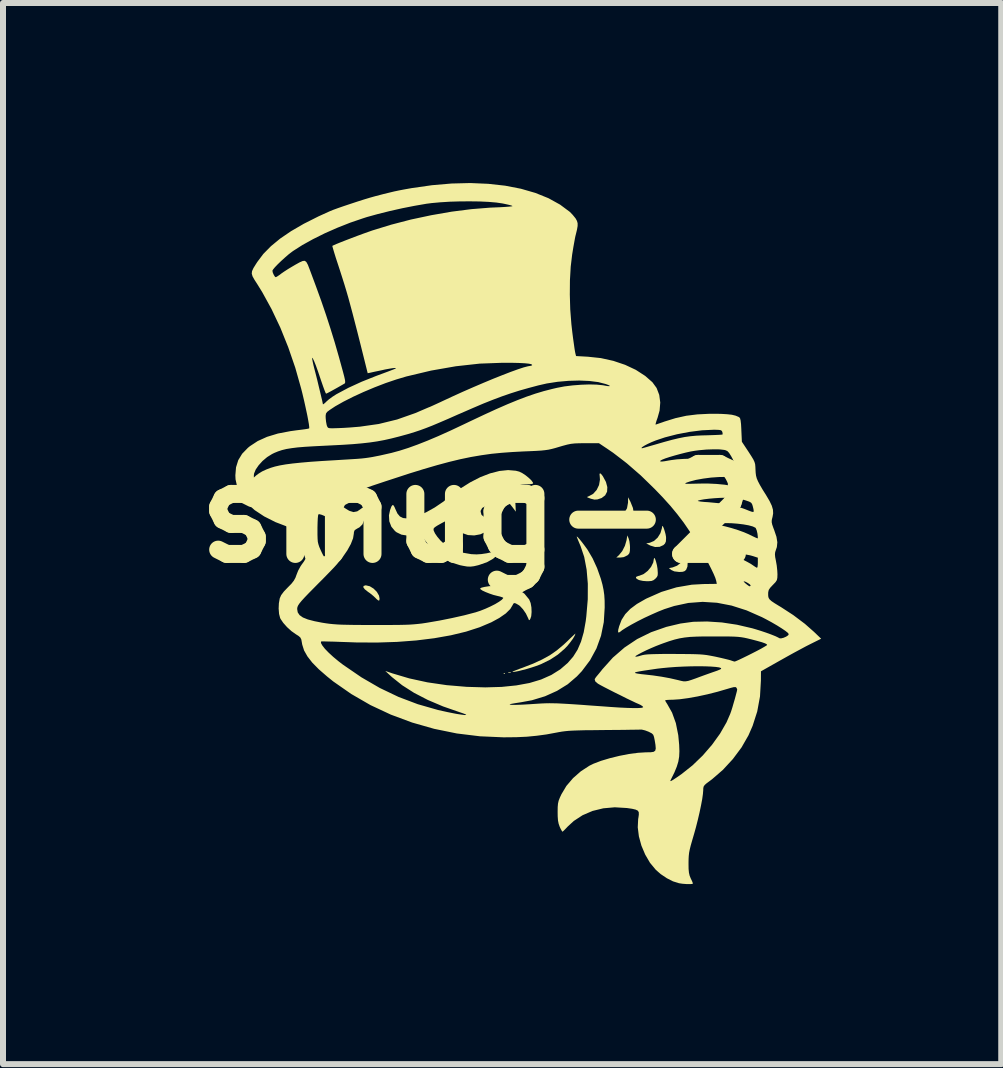
<source format=kicad_pcb>
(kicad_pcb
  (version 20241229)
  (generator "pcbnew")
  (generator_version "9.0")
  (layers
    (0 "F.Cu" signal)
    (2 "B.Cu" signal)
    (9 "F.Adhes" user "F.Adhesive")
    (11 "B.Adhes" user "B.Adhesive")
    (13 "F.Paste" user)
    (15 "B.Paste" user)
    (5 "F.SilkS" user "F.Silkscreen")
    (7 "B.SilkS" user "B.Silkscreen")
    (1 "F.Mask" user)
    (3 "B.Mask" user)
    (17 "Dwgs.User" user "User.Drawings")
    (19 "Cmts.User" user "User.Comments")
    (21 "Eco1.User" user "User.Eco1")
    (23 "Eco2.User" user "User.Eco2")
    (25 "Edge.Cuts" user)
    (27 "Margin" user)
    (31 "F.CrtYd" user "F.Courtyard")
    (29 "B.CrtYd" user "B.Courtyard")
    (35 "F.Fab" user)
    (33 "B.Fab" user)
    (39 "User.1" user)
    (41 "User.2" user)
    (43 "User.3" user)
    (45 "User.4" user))
  (footprint "smug-2"
    (layer "F.Cu")
    (at 4.907 5.502)
    (property "Reference" "smug-2" (at 0 0 0) (layer "F.SilkS") (effects (font (size 1.5 1.5) (thickness 0.3))))
    (attr board_only exclude_from_pos_files exclude_from_bom)
    (fp_poly (pts (xy 0.458 2.668) (xy 0.456 2.678) (xy 0.447 2.679) (xy 0.432 2.673) (xy 0.435 2.668) (xy 0.455 2.666)) (stroke (width 0) (type solid)) (fill yes) (layer "F.SilkS"))
    (fp_poly (pts (xy 0.554 2.651) (xy 0.556 2.657) (xy 0.532 2.659) (xy 0.508 2.657) (xy 0.511 2.651) (xy 0.546 2.648)) (stroke (width 0) (type solid)) (fill yes) (layer "F.SilkS"))
    (fp_poly (pts (xy -1.795 1.217) (xy -1.732 1.256) (xy -1.678 1.31) (xy -1.642 1.372) (xy -1.632 1.421) (xy -1.636 1.452) (xy -1.652 1.455) (xy -1.683 1.43) (xy -1.7 1.412) (xy -1.74 1.375) (xy -1.793 1.332) (xy -1.825 1.31) (xy -1.878 1.268) (xy -1.903 1.234) (xy -1.899 1.212) (xy -1.866 1.202) (xy -1.859 1.202)) (stroke (width 0) (type solid)) (fill yes) (layer "F.SilkS"))
    (fp_poly (pts (xy 2.518 0.421) (xy 2.531 0.468) (xy 2.539 0.531) (xy 2.541 0.57) (xy 2.539 0.628) (xy 2.531 0.665) (xy 2.511 0.691) (xy 2.496 0.703) (xy 2.434 0.732) (xy 2.382 0.738) (xy 2.313 0.738) (xy 2.357 0.698) (xy 2.412 0.63) (xy 2.456 0.543) (xy 2.483 0.45) (xy 2.484 0.444) (xy 2.496 0.369)) (stroke (width 0) (type solid)) (fill yes) (layer "F.SilkS"))
    (fp_poly (pts (xy 3.484 0.744) (xy 3.502 0.818) (xy 3.498 0.889) (xy 3.477 0.941) (xy 3.453 0.964) (xy 3.419 0.976) (xy 3.362 0.979) (xy 3.361 0.979) (xy 3.279 0.969) (xy 3.231 0.947) (xy 3.189 0.915) (xy 3.251 0.903) (xy 3.326 0.874) (xy 3.393 0.821) (xy 3.439 0.755) (xy 3.442 0.749) (xy 3.465 0.696)) (stroke (width 0) (type solid)) (fill yes) (layer "F.SilkS"))
    (fp_poly (pts (xy 2.549 -0.189) (xy 2.59 -0.087) (xy 2.603 0.001) (xy 2.59 0.073) (xy 2.552 0.125) (xy 2.491 0.156) (xy 2.409 0.162) (xy 2.331 0.148) (xy 2.273 0.13) (xy 2.241 0.115) (xy 2.238 0.106) (xy 2.261 0.103) (xy 2.294 0.094) (xy 2.342 0.071) (xy 2.376 0.051) (xy 2.448 -0.009) (xy 2.491 -0.083) (xy 2.508 -0.177) (xy 2.508 -0.193) (xy 2.509 -0.266)) (stroke (width 0) (type solid)) (fill yes) (layer "F.SilkS"))
    (fp_poly (pts (xy 3.092 0.224) (xy 3.106 0.257) (xy 3.12 0.301) (xy 3.133 0.348) (xy 3.141 0.393) (xy 3.142 0.415) (xy 3.139 0.47) (xy 3.124 0.505) (xy 3.098 0.531) (xy 3.034 0.56) (xy 2.959 0.563) (xy 2.88 0.539) (xy 2.87 0.534) (xy 2.811 0.503) (xy 2.871 0.492) (xy 2.941 0.462) (xy 3.002 0.406) (xy 3.048 0.332) (xy 3.073 0.247) (xy 3.075 0.223) (xy 3.081 0.211)) (stroke (width 0) (type solid)) (fill yes) (layer "F.SilkS"))
    (fp_poly (pts (xy 2.063 -0.65) (xy 2.09 -0.614) (xy 2.14 -0.521) (xy 2.163 -0.435) (xy 2.159 -0.359) (xy 2.127 -0.298) (xy 2.069 -0.254) (xy 2.058 -0.25) (xy 1.998 -0.23) (xy 1.948 -0.227) (xy 1.891 -0.241) (xy 1.872 -0.248) (xy 1.834 -0.262) (xy 1.826 -0.271) (xy 1.845 -0.28) (xy 1.852 -0.282) (xy 1.927 -0.323) (xy 1.986 -0.389) (xy 2.025 -0.47) (xy 2.04 -0.56) (xy 2.037 -0.605) (xy 2.033 -0.652) (xy 2.041 -0.667)) (stroke (width 0) (type solid)) (fill yes) (layer "F.SilkS"))
    (fp_poly (pts (xy 2.951 0.749) (xy 2.964 0.775) (xy 2.977 0.816) (xy 2.99 0.868) (xy 2.999 0.923) (xy 3 0.935) (xy 3.004 0.996) (xy 3.002 1.034) (xy 2.99 1.062) (xy 2.966 1.089) (xy 2.966 1.089) (xy 2.934 1.115) (xy 2.898 1.129) (xy 2.845 1.133) (xy 2.822 1.133) (xy 2.757 1.128) (xy 2.7 1.116) (xy 2.674 1.106) (xy 2.641 1.082) (xy 2.641 1.062) (xy 2.674 1.047) (xy 2.699 1.041) (xy 2.77 1.012) (xy 2.837 0.96) (xy 2.892 0.894) (xy 2.928 0.821) (xy 2.937 0.769) (xy 2.942 0.745)) (stroke (width 0) (type solid)) (fill yes) (layer "F.SilkS"))
    (fp_poly (pts (xy 1.62 2.039) (xy 1.591 2.089) (xy 1.548 2.148) (xy 1.499 2.209) (xy 1.452 2.258) (xy 1.337 2.357) (xy 1.21 2.44) (xy 1.062 2.513) (xy 1.027 2.527) (xy 0.967 2.549) (xy 0.897 2.572) (xy 0.821 2.595) (xy 0.747 2.614) (xy 0.68 2.631) (xy 0.626 2.641) (xy 0.592 2.645) (xy 0.583 2.641) (xy 0.585 2.638) (xy 0.604 2.63) (xy 0.647 2.613) (xy 0.707 2.59) (xy 0.747 2.576) (xy 0.925 2.507) (xy 1.075 2.438) (xy 1.206 2.366) (xy 1.322 2.285) (xy 1.432 2.193) (xy 1.49 2.139) (xy 1.545 2.085) (xy 1.591 2.042) (xy 1.621 2.014) (xy 1.632 2.005)) (stroke (width 0) (type solid)) (fill yes) (layer "F.SilkS"))
    (fp_poly (pts (xy 0.638 -0.708) (xy 0.696 -0.693) (xy 0.745 -0.669) (xy 0.8 -0.633) (xy 0.853 -0.59) (xy 0.897 -0.548) (xy 0.923 -0.512) (xy 0.927 -0.498) (xy 0.912 -0.489) (xy 0.869 -0.483) (xy 0.819 -0.481) (xy 0.745 -0.476) (xy 0.672 -0.465) (xy 0.632 -0.454) (xy 0.554 -0.427) (xy 0.589 -0.355) (xy 0.618 -0.27) (xy 0.632 -0.156) (xy 0.632 -0.155) (xy 0.638 -0.026) (xy 0.581 -0.103) (xy 0.524 -0.174) (xy 0.473 -0.224) (xy 0.416 -0.262) (xy 0.407 -0.268) (xy 0.354 -0.289) (xy 0.32 -0.283) (xy 0.304 -0.248) (xy 0.301 -0.206) (xy 0.301 -0.129) (xy 0.211 -0.127) (xy 0.132 -0.116) (xy 0.078 -0.088) (xy 0.053 -0.043) (xy 0.052 -0.024) (xy 0.066 0.026) (xy 0.102 0.057) (xy 0.152 0.067) (xy 0.205 0.052) (xy 0.215 0.045) (xy 0.26 0.021) (xy 0.288 0.01) (xy 0.316 0.008) (xy 0.326 0.029) (xy 0.316 0.074) (xy 0.286 0.146) (xy 0.284 0.149) (xy 0.225 0.238) (xy 0.145 0.306) (xy 0.049 0.351) (xy -0.054 0.37) (xy -0.159 0.364) (xy -0.259 0.329) (xy -0.299 0.304) (xy -0.367 0.247) (xy -0.417 0.188) (xy -0.44 0.142) (xy -0.454 0.112) (xy -0.468 0.103) (xy -0.49 0.111) (xy -0.534 0.132) (xy -0.591 0.162) (xy -0.613 0.174) (xy -0.675 0.209) (xy -0.712 0.234) (xy -0.73 0.253) (xy -0.733 0.273) (xy -0.73 0.29) (xy -0.708 0.337) (xy -0.668 0.395) (xy -0.616 0.456) (xy -0.561 0.508) (xy -0.544 0.522) (xy -0.414 0.599) (xy -0.265 0.654) (xy -0.104 0.682) (xy -0.017 0.686) (xy 0.063 0.681) (xy 0.156 0.667) (xy 0.248 0.646) (xy 0.328 0.622) (xy 0.375 0.602) (xy 0.411 0.587) (xy 0.422 0.593) (xy 0.407 0.62) (xy 0.367 0.665) (xy 0.35 0.682) (xy 0.259 0.759) (xy 0.156 0.817) (xy 0.032 0.86) (xy 0.009 0.867) (xy -0.06 0.883) (xy -0.117 0.89) (xy -0.174 0.888) (xy -0.243 0.876) (xy -0.292 0.866) (xy -0.444 0.818) (xy -0.587 0.742) (xy -0.712 0.645) (xy -0.721 0.635) (xy -0.775 0.578) (xy -0.829 0.513) (xy -0.878 0.448) (xy -0.914 0.393) (xy -0.931 0.36) (xy -0.949 0.355) (xy -0.992 0.356) (xy -1.051 0.363) (xy -1.056 0.364) (xy -1.172 0.372) (xy -1.267 0.357) (xy -1.348 0.318) (xy -1.375 0.297) (xy -1.436 0.224) (xy -1.47 0.135) (xy -1.476 0.035) (xy -1.457 -0.053) (xy -1.435 -0.112) (xy -1.416 -0.137) (xy -1.398 -0.13) (xy -1.378 -0.092) (xy -1.372 -0.076) (xy -1.335 0.004) (xy -1.293 0.054) (xy -1.241 0.08) (xy -1.184 0.086) (xy -1.088 0.073) (xy -0.974 0.037) (xy -0.848 -0.02) (xy -0.714 -0.095) (xy -0.578 -0.187) (xy -0.455 -0.282) (xy -0.29 -0.409) (xy -0.121 -0.515) (xy 0.046 -0.601) (xy 0.209 -0.664) (xy 0.365 -0.704) (xy 0.509 -0.719)) (stroke (width 0) (type solid)) (fill yes) (layer "F.SilkS"))
    (fp_poly (pts (xy 0.179 -5.489) (xy 0.46 -5.458) (xy 0.723 -5.407) (xy 0.965 -5.337) (xy 1.183 -5.249) (xy 1.376 -5.142) (xy 1.54 -5.02) (xy 1.586 -4.972) (xy 1.63 -4.918) (xy 1.637 -4.908) (xy 1.657 -4.871) (xy 1.668 -4.833) (xy 1.668 -4.786) (xy 1.657 -4.723) (xy 1.636 -4.636) (xy 1.632 -4.622) (xy 1.624 -4.583) (xy 1.612 -4.517) (xy 1.597 -4.434) (xy 1.582 -4.341) (xy 1.577 -4.311) (xy 1.553 -4.109) (xy 1.54 -3.884) (xy 1.538 -3.644) (xy 1.545 -3.397) (xy 1.564 -3.152) (xy 1.579 -3.019) (xy 1.592 -2.917) (xy 1.605 -2.824) (xy 1.616 -2.746) (xy 1.625 -2.691) (xy 1.63 -2.667) (xy 1.642 -2.619) (xy 1.839 -2.608) (xy 2.055 -2.585) (xy 2.263 -2.539) (xy 2.459 -2.473) (xy 2.638 -2.389) (xy 2.794 -2.288) (xy 2.914 -2.183) (xy 2.984 -2.087) (xy 3.028 -1.972) (xy 3.045 -1.845) (xy 3.034 -1.711) (xy 3.001 -1.593) (xy 2.981 -1.537) (xy 2.969 -1.495) (xy 2.966 -1.477) (xy 2.966 -1.477) (xy 2.985 -1.482) (xy 3.028 -1.497) (xy 3.087 -1.517) (xy 3.114 -1.527) (xy 3.298 -1.584) (xy 3.478 -1.624) (xy 3.663 -1.647) (xy 3.867 -1.657) (xy 3.916 -1.657) (xy 4.051 -1.656) (xy 4.156 -1.65) (xy 4.238 -1.641) (xy 4.3 -1.626) (xy 4.348 -1.606) (xy 4.362 -1.598) (xy 4.375 -1.581) (xy 4.384 -1.545) (xy 4.391 -1.485) (xy 4.396 -1.397) (xy 4.396 -1.386) (xy 4.405 -1.191) (xy 4.517 -1.022) (xy 4.564 -0.949) (xy 4.596 -0.896) (xy 4.615 -0.855) (xy 4.626 -0.817) (xy 4.63 -0.773) (xy 4.632 -0.727) (xy 4.635 -0.673) (xy 4.641 -0.626) (xy 4.653 -0.58) (xy 4.674 -0.531) (xy 4.706 -0.47) (xy 4.751 -0.393) (xy 4.81 -0.299) (xy 4.867 -0.202) (xy 4.904 -0.124) (xy 4.923 -0.058) (xy 4.926 0.003) (xy 4.915 0.067) (xy 4.912 0.075) (xy 4.903 0.115) (xy 4.902 0.149) (xy 4.91 0.188) (xy 4.929 0.243) (xy 4.944 0.282) (xy 4.981 0.392) (xy 4.996 0.484) (xy 4.988 0.564) (xy 4.972 0.611) (xy 4.96 0.648) (xy 4.956 0.684) (xy 4.96 0.731) (xy 4.972 0.792) (xy 4.986 0.872) (xy 4.995 0.958) (xy 4.998 1.016) (xy 4.996 1.075) (xy 4.988 1.114) (xy 4.967 1.147) (xy 4.928 1.188) (xy 4.92 1.196) (xy 4.877 1.242) (xy 4.853 1.278) (xy 4.844 1.316) (xy 4.843 1.346) (xy 4.844 1.382) (xy 4.851 1.411) (xy 4.867 1.436) (xy 4.898 1.464) (xy 4.948 1.498) (xy 5.021 1.543) (xy 5.058 1.565) (xy 5.261 1.697) (xy 5.455 1.843) (xy 5.607 1.977) (xy 5.726 2.091) (xy 5.547 2.18) (xy 5.474 2.217) (xy 5.381 2.267) (xy 5.273 2.325) (xy 5.161 2.387) (xy 5.051 2.449) (xy 5.045 2.452) (xy 4.723 2.634) (xy 4.722 2.79) (xy 4.707 3.053) (xy 4.661 3.303) (xy 4.584 3.543) (xy 4.515 3.701) (xy 4.399 3.903) (xy 4.255 4.096) (xy 4.09 4.275) (xy 3.91 4.431) (xy 3.877 4.456) (xy 3.82 4.498) (xy 3.786 4.528) (xy 3.768 4.554) (xy 3.762 4.583) (xy 3.761 4.617) (xy 3.756 4.678) (xy 3.744 4.764) (xy 3.724 4.87) (xy 3.699 4.989) (xy 3.67 5.113) (xy 3.639 5.235) (xy 3.612 5.332) (xy 3.579 5.445) (xy 3.554 5.532) (xy 3.537 5.6) (xy 3.526 5.656) (xy 3.52 5.709) (xy 3.517 5.763) (xy 3.516 5.828) (xy 3.516 5.841) (xy 3.517 5.927) (xy 3.523 5.989) (xy 3.534 6.038) (xy 3.552 6.083) (xy 3.574 6.129) (xy 3.587 6.162) (xy 3.589 6.171) (xy 3.574 6.178) (xy 3.534 6.18) (xy 3.478 6.179) (xy 3.415 6.174) (xy 3.355 6.165) (xy 3.353 6.164) (xy 3.257 6.134) (xy 3.153 6.081) (xy 3.052 6.013) (xy 2.971 5.942) (xy 2.874 5.825) (xy 2.794 5.688) (xy 2.731 5.539) (xy 2.689 5.385) (xy 2.67 5.234) (xy 2.677 5.093) (xy 2.68 5.08) (xy 2.688 5.023) (xy 2.687 4.983) (xy 2.672 4.957) (xy 2.636 4.939) (xy 2.577 4.925) (xy 2.488 4.912) (xy 2.485 4.912) (xy 2.287 4.9) (xy 2.096 4.917) (xy 1.916 4.961) (xy 1.751 5.032) (xy 1.604 5.128) (xy 1.506 5.218) (xy 1.464 5.262) (xy 1.432 5.294) (xy 1.416 5.307) (xy 1.415 5.307) (xy 1.404 5.292) (xy 1.384 5.256) (xy 1.37 5.226) (xy 1.352 5.175) (xy 1.341 5.121) (xy 1.336 5.051) (xy 1.335 4.978) (xy 1.336 4.897) (xy 1.341 4.839) (xy 1.352 4.79) (xy 1.372 4.739) (xy 1.398 4.683) (xy 1.481 4.544) (xy 1.592 4.414) (xy 1.722 4.3) (xy 1.865 4.207) (xy 1.932 4.174) (xy 2.058 4.126) (xy 2.205 4.082) (xy 2.364 4.043) (xy 2.524 4.012) (xy 2.675 3.992) (xy 2.806 3.984) (xy 2.811 3.984) (xy 2.886 3.983) (xy 2.934 3.976) (xy 2.961 3.957) (xy 2.97 3.92) (xy 2.965 3.86) (xy 2.953 3.786) (xy 2.941 3.728) (xy 2.928 3.692) (xy 2.905 3.669) (xy 2.865 3.648) (xy 2.851 3.641) (xy 2.793 3.619) (xy 2.74 3.606) (xy 2.719 3.605) (xy 2.691 3.606) (xy 2.632 3.607) (xy 2.548 3.608) (xy 2.443 3.61) (xy 2.322 3.611) (xy 2.187 3.612) (xy 2.087 3.613) (xy 1.923 3.615) (xy 1.79 3.616) (xy 1.682 3.619) (xy 1.594 3.622) (xy 1.521 3.626) (xy 1.46 3.632) (xy 1.406 3.639) (xy 1.353 3.648) (xy 1.322 3.654) (xy 1.149 3.686) (xy 0.986 3.708) (xy 0.822 3.724) (xy 0.647 3.732) (xy 0.449 3.734) (xy 0.429 3.734) (xy 0.041 3.717) (xy -0.344 3.67) (xy -0.721 3.593) (xy -1.089 3.488) (xy -1.444 3.356) (xy -1.784 3.197) (xy -2.104 3.012) (xy -2.404 2.803) (xy -2.507 2.72) (xy -2.645 2.6) (xy -2.754 2.489) (xy -2.834 2.386) (xy -2.89 2.287) (xy -2.921 2.189) (xy -2.927 2.155) (xy -2.936 2.105) (xy -2.952 2.072) (xy -2.982 2.045) (xy -3.025 2.018) (xy -3.1 1.965) (xy -3.174 1.898) (xy -3.237 1.827) (xy -3.282 1.761) (xy -3.29 1.743) (xy -3.307 1.677) (xy -3.313 1.598) (xy -3.005 1.598) (xy -2.996 1.652) (xy -2.965 1.698) (xy -2.91 1.737) (xy -2.828 1.77) (xy -2.717 1.799) (xy -2.59 1.824) (xy -2.527 1.834) (xy -2.468 1.842) (xy -2.408 1.848) (xy -2.343 1.853) (xy -2.268 1.857) (xy -2.178 1.859) (xy -2.069 1.861) (xy -1.937 1.862) (xy -1.776 1.863) (xy -1.726 1.863) (xy -1.557 1.863) (xy -1.417 1.862) (xy -1.302 1.861) (xy -1.207 1.859) (xy -1.128 1.856) (xy -1.058 1.851) (xy -0.994 1.845) (xy -0.931 1.838) (xy -0.864 1.828) (xy -0.833 1.823) (xy -0.635 1.789) (xy -0.426 1.747) (xy -0.221 1.701) (xy -0.035 1.652) (xy -0.034 1.652) (xy 0.045 1.626) (xy 0.131 1.592) (xy 0.215 1.554) (xy 0.294 1.514) (xy 0.359 1.475) (xy 0.406 1.441) (xy 0.428 1.415) (xy 0.429 1.41) (xy 0.414 1.401) (xy 0.374 1.388) (xy 0.327 1.377) (xy 0.264 1.361) (xy 0.197 1.338) (xy 0.134 1.313) (xy 0.082 1.289) (xy 0.05 1.267) (xy 0.043 1.254) (xy 0.067 1.24) (xy 0.117 1.228) (xy 0.186 1.217) (xy 0.264 1.209) (xy 0.344 1.205) (xy 0.417 1.206) (xy 0.423 1.206) (xy 0.566 1.227) (xy 0.685 1.272) (xy 0.782 1.341) (xy 0.86 1.436) (xy 0.863 1.442) (xy 0.885 1.496) (xy 0.898 1.569) (xy 0.901 1.646) (xy 0.895 1.716) (xy 0.88 1.76) (xy 0.866 1.782) (xy 0.855 1.777) (xy 0.843 1.748) (xy 0.806 1.671) (xy 0.757 1.6) (xy 0.705 1.544) (xy 0.682 1.528) (xy 0.636 1.502) (xy 0.61 1.497) (xy 0.595 1.51) (xy 0.589 1.524) (xy 0.546 1.596) (xy 0.471 1.67) (xy 0.363 1.745) (xy 0.231 1.817) (xy 0.035 1.9) (xy -0.191 1.973) (xy -0.444 2.034) (xy -0.721 2.083) (xy -1.021 2.12) (xy -1.34 2.144) (xy -1.675 2.155) (xy -2.024 2.153) (xy -2.163 2.148) (xy -2.282 2.144) (xy -2.389 2.14) (xy -2.48 2.138) (xy -2.549 2.136) (xy -2.593 2.136) (xy -2.607 2.137) (xy -2.609 2.162) (xy -2.586 2.204) (xy -2.543 2.259) (xy -2.481 2.323) (xy -2.404 2.394) (xy -2.316 2.467) (xy -2.243 2.523) (xy -1.935 2.734) (xy -1.628 2.912) (xy -1.316 3.061) (xy -0.996 3.182) (xy -0.661 3.278) (xy -0.504 3.313) (xy -0.415 3.331) (xy -0.348 3.344) (xy -0.29 3.353) (xy -0.23 3.361) (xy -0.21 3.363) (xy -0.19 3.361) (xy -0.189 3.358) (xy -0.204 3.349) (xy -0.243 3.334) (xy -0.296 3.316) (xy -0.575 3.219) (xy -0.829 3.111) (xy -1.057 2.993) (xy -1.256 2.866) (xy -1.424 2.732) (xy -1.434 2.723) (xy -1.537 2.628) (xy -1.417 2.669) (xy -1.138 2.752) (xy -0.835 2.818) (xy -0.513 2.865) (xy -0.181 2.893) (xy 0.129 2.902) (xy 0.403 2.894) (xy 0.648 2.869) (xy 0.866 2.829) (xy 1.059 2.771) (xy 1.23 2.695) (xy 1.38 2.601) (xy 1.504 2.494) (xy 1.594 2.39) (xy 1.667 2.274) (xy 1.725 2.139) (xy 1.77 1.982) (xy 1.803 1.798) (xy 1.813 1.717) (xy 1.837 1.435) (xy 1.838 1.175) (xy 1.818 0.94) (xy 1.778 0.729) (xy 1.718 0.55) (xy 1.691 0.486) (xy 1.669 0.433) (xy 1.656 0.399) (xy 1.654 0.395) (xy 1.655 0.387) (xy 1.673 0.402) (xy 1.703 0.436) (xy 1.741 0.483) (xy 1.784 0.54) (xy 1.829 0.602) (xy 1.835 0.611) (xy 1.918 0.752) (xy 1.993 0.916) (xy 2.055 1.092) (xy 2.082 1.19) (xy 2.1 1.277) (xy 2.112 1.362) (xy 2.118 1.455) (xy 2.119 1.571) (xy 2.119 1.571) (xy 2.104 1.815) (xy 2.058 2.042) (xy 1.982 2.253) (xy 1.875 2.45) (xy 1.738 2.632) (xy 1.656 2.719) (xy 1.503 2.85) (xy 1.325 2.96) (xy 1.125 3.05) (xy 0.908 3.116) (xy 0.724 3.15) (xy 0.628 3.165) (xy 0.566 3.176) (xy 0.537 3.185) (xy 0.54 3.191) (xy 0.575 3.193) (xy 0.641 3.193) (xy 0.738 3.19) (xy 0.864 3.183) (xy 0.971 3.176) (xy 1.033 3.172) (xy 1.089 3.169) (xy 1.143 3.167) (xy 1.197 3.166) (xy 1.256 3.167) (xy 1.323 3.168) (xy 1.401 3.172) (xy 1.493 3.177) (xy 1.604 3.184) (xy 1.737 3.193) (xy 1.895 3.205) (xy 2.081 3.218) (xy 2.215 3.228) (xy 2.366 3.238) (xy 2.496 3.244) (xy 2.603 3.247) (xy 2.685 3.246) (xy 2.738 3.242) (xy 2.76 3.233) (xy 2.761 3.233) (xy 2.75 3.216) (xy 2.716 3.194) (xy 2.693 3.183) (xy 2.64 3.16) (xy 2.567 3.125) (xy 2.554 3.119) (xy 3.126 3.119) (xy 3.135 3.138) (xy 3.156 3.172) (xy 3.158 3.174) (xy 3.242 3.323) (xy 3.305 3.498) (xy 3.345 3.699) (xy 3.36 3.858) (xy 3.364 3.965) (xy 3.36 4.055) (xy 3.346 4.139) (xy 3.32 4.224) (xy 3.281 4.319) (xy 3.225 4.432) (xy 3.215 4.452) (xy 3.213 4.464) (xy 3.229 4.46) (xy 3.263 4.44) (xy 3.32 4.402) (xy 3.402 4.345) (xy 3.583 4.201) (xy 3.753 4.037) (xy 3.907 3.859) (xy 4.041 3.673) (xy 4.149 3.485) (xy 4.21 3.345) (xy 4.226 3.301) (xy 4.246 3.238) (xy 4.267 3.165) (xy 4.289 3.09) (xy 4.307 3.022) (xy 4.321 2.969) (xy 4.327 2.939) (xy 4.327 2.937) (xy 4.319 2.916) (xy 4.313 2.906) (xy 4.299 2.897) (xy 4.27 2.898) (xy 4.221 2.91) (xy 4.16 2.928) (xy 3.999 2.975) (xy 3.833 3.017) (xy 3.667 3.053) (xy 3.51 3.081) (xy 3.369 3.1) (xy 3.251 3.108) (xy 3.229 3.108) (xy 3.175 3.11) (xy 3.137 3.114) (xy 3.126 3.119) (xy 2.554 3.119) (xy 2.479 3.083) (xy 2.384 3.035) (xy 2.286 2.987) (xy 2.194 2.94) (xy 2.112 2.898) (xy 2.048 2.864) (xy 2.008 2.841) (xy 2.006 2.84) (xy 1.962 2.802) (xy 1.952 2.765) (xy 1.974 2.731) (xy 1.988 2.714) (xy 2.019 2.677) (xy 2.033 2.66) (xy 2.623 2.66) (xy 2.636 2.666) (xy 2.636 2.666) (xy 2.67 2.673) (xy 2.726 2.681) (xy 2.791 2.688) (xy 2.925 2.703) (xy 3.067 2.724) (xy 3.204 2.749) (xy 3.322 2.776) (xy 3.34 2.78) (xy 3.391 2.793) (xy 3.432 2.801) (xy 3.469 2.801) (xy 3.511 2.794) (xy 3.565 2.777) (xy 3.639 2.751) (xy 3.692 2.731) (xy 3.774 2.701) (xy 3.858 2.671) (xy 3.929 2.646) (xy 3.941 2.642) (xy 3.998 2.622) (xy 4.041 2.604) (xy 4.059 2.593) (xy 4.058 2.58) (xy 4.026 2.569) (xy 3.969 2.561) (xy 3.89 2.555) (xy 3.793 2.551) (xy 3.682 2.55) (xy 3.563 2.551) (xy 3.438 2.555) (xy 3.312 2.561) (xy 3.19 2.57) (xy 3.075 2.581) (xy 2.997 2.59) (xy 2.867 2.609) (xy 2.767 2.624) (xy 2.696 2.636) (xy 2.651 2.645) (xy 2.627 2.653) (xy 2.623 2.66) (xy 2.033 2.66) (xy 2.06 2.627) (xy 2.08 2.601) (xy 2.256 2.405) (xy 2.276 2.388) (xy 2.628 2.388) (xy 2.642 2.391) (xy 2.68 2.384) (xy 2.718 2.373) (xy 2.75 2.364) (xy 2.788 2.357) (xy 2.836 2.352) (xy 2.899 2.349) (xy 2.981 2.347) (xy 3.087 2.345) (xy 3.221 2.345) (xy 3.28 2.345) (xy 3.423 2.346) (xy 3.537 2.347) (xy 3.629 2.349) (xy 3.703 2.352) (xy 3.766 2.357) (xy 3.823 2.364) (xy 3.88 2.374) (xy 3.943 2.386) (xy 3.967 2.391) (xy 4.053 2.41) (xy 4.129 2.428) (xy 4.189 2.443) (xy 4.224 2.453) (xy 4.225 2.454) (xy 4.263 2.467) (xy 4.285 2.472) (xy 4.305 2.465) (xy 4.351 2.445) (xy 4.416 2.414) (xy 4.496 2.375) (xy 4.564 2.341) (xy 4.65 2.297) (xy 4.724 2.258) (xy 4.781 2.225) (xy 4.817 2.203) (xy 4.826 2.195) (xy 4.817 2.182) (xy 4.79 2.168) (xy 4.74 2.15) (xy 4.663 2.128) (xy 4.556 2.1) (xy 4.551 2.099) (xy 4.494 2.085) (xy 4.443 2.074) (xy 4.394 2.066) (xy 4.34 2.06) (xy 4.275 2.056) (xy 4.195 2.054) (xy 4.092 2.053) (xy 3.962 2.053) (xy 3.933 2.053) (xy 3.777 2.053) (xy 3.65 2.056) (xy 3.543 2.061) (xy 3.451 2.071) (xy 3.367 2.085) (xy 3.284 2.105) (xy 3.195 2.132) (xy 3.095 2.167) (xy 3.049 2.184) (xy 2.972 2.214) (xy 2.89 2.249) (xy 2.81 2.285) (xy 2.737 2.321) (xy 2.679 2.352) (xy 2.64 2.375) (xy 2.628 2.388) (xy 2.276 2.388) (xy 2.449 2.238) (xy 2.66 2.097) (xy 2.892 1.983) (xy 3.146 1.894) (xy 3.381 1.838) (xy 3.594 1.809) (xy 3.826 1.804) (xy 4.072 1.82) (xy 4.324 1.858) (xy 4.577 1.917) (xy 4.622 1.93) (xy 4.716 1.959) (xy 4.809 1.99) (xy 4.894 2.021) (xy 4.964 2.049) (xy 5.012 2.072) (xy 5.028 2.082) (xy 5.056 2.086) (xy 5.098 2.076) (xy 5.142 2.057) (xy 5.176 2.034) (xy 5.186 2.015) (xy 5.172 1.994) (xy 5.131 1.961) (xy 5.069 1.919) (xy 4.991 1.87) (xy 4.9 1.817) (xy 4.802 1.764) (xy 4.74 1.732) (xy 4.484 1.619) (xy 4.234 1.539) (xy 3.991 1.492) (xy 3.751 1.477) (xy 3.513 1.495) (xy 3.276 1.546) (xy 3.114 1.598) (xy 3.011 1.639) (xy 2.898 1.689) (xy 2.781 1.743) (xy 2.668 1.8) (xy 2.564 1.856) (xy 2.476 1.907) (xy 2.409 1.95) (xy 2.383 1.971) (xy 2.355 1.989) (xy 2.342 1.98) (xy 2.345 1.941) (xy 2.36 1.884) (xy 2.401 1.776) (xy 2.462 1.681) (xy 2.546 1.594) (xy 2.656 1.512) (xy 2.797 1.431) (xy 2.816 1.421) (xy 3.065 1.311) (xy 3.315 1.235) (xy 3.57 1.191) (xy 3.763 1.18) (xy 3.987 1.177) (xy 3.979 1.134) (xy 4.436 1.134) (xy 4.438 1.143) (xy 4.459 1.164) (xy 4.489 1.189) (xy 4.518 1.21) (xy 4.538 1.219) (xy 4.538 1.219) (xy 4.551 1.206) (xy 4.551 1.203) (xy 4.537 1.185) (xy 4.505 1.163) (xy 4.468 1.143) (xy 4.438 1.134) (xy 4.436 1.134) (xy 3.979 1.134) (xy 3.975 1.118) (xy 3.962 1.076) (xy 3.934 1.01) (xy 3.894 0.926) (xy 3.845 0.83) (xy 3.79 0.727) (xy 3.754 0.663) (xy 4.192 0.663) (xy 4.2 0.672) (xy 4.218 0.68) (xy 4.272 0.702) (xy 4.343 0.734) (xy 4.42 0.772) (xy 4.493 0.81) (xy 4.554 0.844) (xy 4.585 0.865) (xy 4.625 0.892) (xy 4.653 0.908) (xy 4.658 0.909) (xy 4.666 0.894) (xy 4.67 0.855) (xy 4.671 0.826) (xy 4.671 0.741) (xy 4.585 0.713) (xy 4.54 0.701) (xy 4.477 0.689) (xy 4.404 0.678) (xy 4.331 0.668) (xy 4.266 0.662) (xy 4.217 0.659) (xy 4.193 0.662) (xy 4.192 0.663) (xy 3.754 0.663) (xy 3.732 0.623) (xy 3.675 0.524) (xy 3.645 0.475) (xy 3.537 0.305) (xy 3.456 0.186) (xy 3.944 0.186) (xy 3.947 0.186) (xy 4.024 0.197) (xy 4.123 0.218) (xy 4.232 0.247) (xy 4.341 0.281) (xy 4.44 0.317) (xy 4.517 0.35) (xy 4.58 0.381) (xy 4.631 0.405) (xy 4.663 0.418) (xy 4.669 0.419) (xy 4.671 0.4) (xy 4.667 0.36) (xy 4.664 0.337) (xy 4.652 0.286) (xy 4.637 0.25) (xy 4.631 0.242) (xy 4.588 0.221) (xy 4.519 0.202) (xy 4.43 0.186) (xy 4.33 0.174) (xy 4.225 0.166) (xy 4.124 0.165) (xy 4.034 0.17) (xy 4.027 0.17) (xy 3.975 0.177) (xy 3.945 0.183) (xy 3.944 0.186) (xy 3.456 0.186) (xy 3.434 0.154) (xy 3.328 0.015) (xy 3.215 -0.122) (xy 3.138 -0.207) (xy 3.67 -0.207) (xy 3.68 -0.201) (xy 3.719 -0.194) (xy 3.778 -0.188) (xy 3.842 -0.184) (xy 4.053 -0.164) (xy 4.242 -0.132) (xy 4.404 -0.087) (xy 4.452 -0.07) (xy 4.522 -0.042) (xy 4.566 -0.026) (xy 4.59 -0.021) (xy 4.6 -0.024) (xy 4.602 -0.036) (xy 4.602 -0.039) (xy 4.598 -0.069) (xy 4.587 -0.114) (xy 4.585 -0.122) (xy 4.574 -0.154) (xy 4.558 -0.176) (xy 4.528 -0.193) (xy 4.476 -0.211) (xy 4.444 -0.221) (xy 4.361 -0.241) (xy 4.274 -0.253) (xy 4.171 -0.257) (xy 4.135 -0.258) (xy 4.043 -0.256) (xy 3.948 -0.25) (xy 3.857 -0.242) (xy 3.776 -0.232) (xy 3.714 -0.221) (xy 3.676 -0.21) (xy 3.67 -0.207) (xy 3.138 -0.207) (xy 3.087 -0.264) (xy 2.955 -0.401) (xy 2.859 -0.495) (xy 3.46 -0.495) (xy 3.473 -0.491) (xy 3.509 -0.49) (xy 3.57 -0.491) (xy 3.661 -0.493) (xy 3.685 -0.494) (xy 3.836 -0.495) (xy 3.984 -0.488) (xy 4.12 -0.475) (xy 4.239 -0.455) (xy 4.333 -0.43) (xy 4.354 -0.422) (xy 4.39 -0.41) (xy 4.409 -0.411) (xy 4.41 -0.412) (xy 4.406 -0.433) (xy 4.392 -0.474) (xy 4.38 -0.501) (xy 4.361 -0.542) (xy 4.341 -0.567) (xy 4.313 -0.581) (xy 4.265 -0.591) (xy 4.229 -0.597) (xy 4.135 -0.605) (xy 4.019 -0.603) (xy 3.891 -0.594) (xy 3.761 -0.577) (xy 3.639 -0.555) (xy 3.536 -0.528) (xy 3.486 -0.511) (xy 3.465 -0.501) (xy 3.46 -0.495) (xy 2.859 -0.495) (xy 2.72 -0.63) (xy 2.49 -0.83) (xy 2.444 -0.866) (xy 3.044 -0.866) (xy 3.05 -0.861) (xy 3.072 -0.861) (xy 3.115 -0.866) (xy 3.183 -0.878) (xy 3.232 -0.886) (xy 3.324 -0.898) (xy 3.436 -0.905) (xy 3.56 -0.909) (xy 3.689 -0.909) (xy 3.818 -0.906) (xy 3.938 -0.899) (xy 4.044 -0.889) (xy 4.127 -0.876) (xy 4.173 -0.864) (xy 4.224 -0.848) (xy 4.261 -0.841) (xy 4.273 -0.844) (xy 4.268 -0.865) (xy 4.25 -0.907) (xy 4.226 -0.951) (xy 4.192 -1.005) (xy 4.163 -1.036) (xy 4.129 -1.051) (xy 4.111 -1.055) (xy 4.034 -1.064) (xy 3.932 -1.065) (xy 3.815 -1.061) (xy 3.693 -1.05) (xy 3.624 -1.041) (xy 3.553 -1.029) (xy 3.468 -1.01) (xy 3.377 -0.987) (xy 3.286 -0.962) (xy 3.201 -0.937) (xy 3.128 -0.913) (xy 3.076 -0.892) (xy 3.049 -0.877) (xy 3.048 -0.876) (xy 3.044 -0.866) (xy 2.444 -0.866) (xy 2.26 -1.007) (xy 2.143 -1.087) (xy 2.731 -1.087) (xy 2.74 -1.082) (xy 2.759 -1.087) (xy 2.804 -1.099) (xy 2.869 -1.118) (xy 2.946 -1.14) (xy 2.95 -1.141) (xy 3.108 -1.187) (xy 3.24 -1.223) (xy 3.353 -1.25) (xy 3.453 -1.27) (xy 3.548 -1.283) (xy 3.644 -1.292) (xy 3.748 -1.297) (xy 3.802 -1.298) (xy 3.895 -1.301) (xy 3.976 -1.304) (xy 4.038 -1.307) (xy 4.075 -1.31) (xy 4.083 -1.312) (xy 4.084 -1.333) (xy 4.079 -1.355) (xy 4.07 -1.373) (xy 4.052 -1.384) (xy 4.017 -1.389) (xy 3.959 -1.391) (xy 3.933 -1.391) (xy 3.742 -1.382) (xy 3.536 -1.356) (xy 3.325 -1.316) (xy 3.123 -1.264) (xy 2.968 -1.212) (xy 2.899 -1.184) (xy 2.836 -1.155) (xy 2.783 -1.127) (xy 2.746 -1.103) (xy 2.731 -1.087) (xy 2.143 -1.087) (xy 2.132 -1.094) (xy 2.023 -1.167) (xy 1.793 -1.167) (xy 1.695 -1.166) (xy 1.62 -1.163) (xy 1.556 -1.156) (xy 1.493 -1.143) (xy 1.419 -1.123) (xy 1.361 -1.106) (xy 1.294 -1.086) (xy 1.237 -1.071) (xy 1.183 -1.059) (xy 1.127 -1.051) (xy 1.061 -1.044) (xy 0.98 -1.039) (xy 0.875 -1.034) (xy 0.773 -1.03) (xy 0.583 -1.02) (xy 0.405 -1.007) (xy 0.232 -0.99) (xy 0.062 -0.966) (xy -0.109 -0.937) (xy -0.287 -0.9) (xy -0.473 -0.855) (xy -0.674 -0.801) (xy -0.893 -0.737) (xy -1.133 -0.663) (xy -1.399 -0.576) (xy -1.537 -0.531) (xy -1.732 -0.466) (xy -1.897 -0.41) (xy -2.033 -0.364) (xy -2.144 -0.327) (xy -2.232 -0.296) (xy -2.299 -0.272) (xy -2.347 -0.254) (xy -2.379 -0.241) (xy -2.397 -0.232) (xy -2.404 -0.226) (xy -2.404 -0.225) (xy -2.391 -0.212) (xy -2.356 -0.185) (xy -2.307 -0.15) (xy -2.251 -0.112) (xy -2.196 -0.076) (xy -2.15 -0.048) (xy -2.133 -0.039) (xy -2.067 -0.019) (xy -2.005 -0.031) (xy -1.958 -0.062) (xy -1.923 -0.088) (xy -1.898 -0.098) (xy -1.894 -0.097) (xy -1.889 -0.075) (xy -1.884 -0.03) (xy -1.882 0.024) (xy -1.89 0.117) (xy -1.917 0.186) (xy -1.967 0.235) (xy -2.006 0.256) (xy -2.045 0.28) (xy -2.059 0.312) (xy -2.061 0.339) (xy -2.074 0.418) (xy -2.111 0.513) (xy -2.17 0.62) (xy -2.248 0.733) (xy -2.342 0.849) (xy -2.388 0.9) (xy -2.433 0.947) (xy -2.496 1.012) (xy -2.571 1.089) (xy -2.652 1.17) (xy -2.716 1.235) (xy -2.809 1.329) (xy -2.879 1.402) (xy -2.931 1.459) (xy -2.967 1.503) (xy -2.989 1.536) (xy -3.001 1.564) (xy -3.005 1.59) (xy -3.005 1.598) (xy -3.313 1.598) (xy -3.314 1.592) (xy -3.31 1.501) (xy -3.296 1.42) (xy -3.295 1.417) (xy -3.272 1.365) (xy -3.227 1.305) (xy -3.162 1.237) (xy -3.101 1.175) (xy -3.061 1.124) (xy -3.034 1.075) (xy -3.017 1.028) (xy -2.989 0.957) (xy -2.949 0.884) (xy -2.928 0.853) (xy -2.895 0.808) (xy -2.874 0.773) (xy -2.868 0.759) (xy -2.875 0.735) (xy -2.891 0.692) (xy -2.903 0.664) (xy -2.922 0.608) (xy -2.941 0.533) (xy -2.957 0.453) (xy -2.959 0.436) (xy -2.981 0.288) (xy -3.062 0.261) (xy -2.667 0.261) (xy -2.667 0.355) (xy -2.665 0.424) (xy -2.661 0.476) (xy -2.651 0.518) (xy -2.637 0.561) (xy -2.618 0.605) (xy -2.592 0.661) (xy -2.571 0.702) (xy -2.558 0.721) (xy -2.557 0.721) (xy -2.542 0.709) (xy -2.513 0.676) (xy -2.474 0.629) (xy -2.467 0.62) (xy -2.388 0.519) (xy -2.423 0.438) (xy -2.443 0.383) (xy -2.453 0.326) (xy -2.454 0.253) (xy -2.453 0.226) (xy -2.447 0.094) (xy -2.542 0.049) (xy -2.594 0.027) (xy -2.634 0.016) (xy -2.651 0.018) (xy -2.657 0.039) (xy -2.662 0.088) (xy -2.665 0.158) (xy -2.667 0.242) (xy -2.667 0.261) (xy -3.062 0.261) (xy -3.148 0.232) (xy -3.367 0.148) (xy -3.555 0.053) (xy -3.714 -0.052) (xy -3.841 -0.167) (xy -3.937 -0.291) (xy -4.001 -0.424) (xy -4.032 -0.564) (xy -4.035 -0.627) (xy -4.035 -0.634) (xy -3.727 -0.634) (xy -3.727 -0.595) (xy -3.688 -0.63) (xy -3.648 -0.66) (xy -3.595 -0.693) (xy -3.576 -0.703) (xy -3.514 -0.731) (xy -3.448 -0.756) (xy -3.375 -0.778) (xy -3.292 -0.797) (xy -3.194 -0.814) (xy -3.079 -0.829) (xy -2.943 -0.843) (xy -2.783 -0.857) (xy -2.595 -0.87) (xy -2.377 -0.883) (xy -2.361 -0.884) (xy -2.217 -0.893) (xy -2.1 -0.9) (xy -2.007 -0.906) (xy -1.932 -0.912) (xy -1.869 -0.919) (xy -1.812 -0.927) (xy -1.756 -0.936) (xy -1.695 -0.948) (xy -1.624 -0.962) (xy -1.571 -0.974) (xy -1.434 -1.005) (xy -1.295 -1.043) (xy -1.151 -1.089) (xy -0.999 -1.144) (xy -0.834 -1.209) (xy -0.652 -1.286) (xy -0.45 -1.377) (xy -0.223 -1.484) (xy -0.129 -1.529) (xy 0.104 -1.639) (xy 0.311 -1.734) (xy 0.496 -1.815) (xy 0.664 -1.884) (xy 0.819 -1.943) (xy 0.965 -1.993) (xy 1.105 -2.035) (xy 1.245 -2.071) (xy 1.322 -2.089) (xy 1.447 -2.113) (xy 1.585 -2.13) (xy 1.727 -2.141) (xy 1.863 -2.146) (xy 1.985 -2.143) (xy 2.084 -2.133) (xy 2.097 -2.131) (xy 2.163 -2.119) (xy 2.2 -2.117) (xy 2.205 -2.123) (xy 2.179 -2.137) (xy 2.136 -2.153) (xy 2.012 -2.185) (xy 1.862 -2.204) (xy 1.695 -2.211) (xy 1.516 -2.206) (xy 1.333 -2.19) (xy 1.153 -2.162) (xy 1.013 -2.13) (xy 0.848 -2.086) (xy 0.696 -2.043) (xy 0.551 -1.997) (xy 0.406 -1.947) (xy 0.257 -1.891) (xy 0.096 -1.827) (xy -0.082 -1.751) (xy -0.284 -1.663) (xy -0.324 -1.646) (xy -0.491 -1.572) (xy -0.633 -1.511) (xy -0.754 -1.46) (xy -0.859 -1.419) (xy -0.954 -1.384) (xy -1.044 -1.354) (xy -1.134 -1.326) (xy -1.169 -1.316) (xy -1.308 -1.278) (xy -1.434 -1.246) (xy -1.554 -1.219) (xy -1.673 -1.197) (xy -1.796 -1.179) (xy -1.93 -1.164) (xy -2.078 -1.151) (xy -2.247 -1.14) (xy -2.443 -1.13) (xy -2.542 -1.125) (xy -2.722 -1.116) (xy -2.871 -1.107) (xy -2.996 -1.097) (xy -3.099 -1.084) (xy -3.185 -1.07) (xy -3.259 -1.052) (xy -3.325 -1.03) (xy -3.388 -1.004) (xy -3.426 -0.985) (xy -3.506 -0.935) (xy -3.582 -0.871) (xy -3.647 -0.799) (xy -3.696 -0.728) (xy -3.723 -0.662) (xy -3.727 -0.634) (xy -4.035 -0.634) (xy -4.024 -0.765) (xy -3.987 -0.884) (xy -3.922 -0.991) (xy -3.826 -1.09) (xy -3.793 -1.117) (xy -3.662 -1.203) (xy -3.507 -1.273) (xy -3.326 -1.328) (xy -3.116 -1.368) (xy -3.022 -1.381) (xy -2.941 -1.391) (xy -2.873 -1.4) (xy -2.826 -1.408) (xy -2.805 -1.414) (xy -2.805 -1.414) (xy -2.804 -1.435) (xy -2.81 -1.485) (xy -2.823 -1.559) (xy -2.835 -1.623) (xy -2.531 -1.623) (xy -2.53 -1.586) (xy -2.524 -1.526) (xy -2.514 -1.473) (xy -2.509 -1.456) (xy -2.5 -1.436) (xy -2.488 -1.423) (xy -2.465 -1.417) (xy -2.424 -1.415) (xy -2.359 -1.417) (xy -2.324 -1.418) (xy -2.231 -1.422) (xy -2.121 -1.429) (xy -2.012 -1.438) (xy -1.962 -1.442) (xy -1.646 -1.487) (xy -1.34 -1.562) (xy -1.036 -1.669) (xy -0.88 -1.736) (xy -0.836 -1.755) (xy -0.807 -1.767) (xy -0.801 -1.769) (xy -0.784 -1.776) (xy -0.742 -1.795) (xy -0.681 -1.823) (xy -0.607 -1.857) (xy -0.599 -1.861) (xy -0.423 -1.943) (xy -0.245 -2.024) (xy -0.069 -2.101) (xy 0.102 -2.174) (xy 0.265 -2.242) (xy 0.416 -2.302) (xy 0.553 -2.355) (xy 0.672 -2.398) (xy 0.769 -2.43) (xy 0.842 -2.449) (xy 0.885 -2.456) (xy 0.908 -2.464) (xy 0.91 -2.471) (xy 0.897 -2.483) (xy 0.856 -2.492) (xy 0.787 -2.499) (xy 0.687 -2.504) (xy 0.555 -2.507) (xy 0.419 -2.507) (xy 0.037 -2.493) (xy -0.361 -2.449) (xy -0.773 -2.377) (xy -1.185 -2.279) (xy -1.353 -2.229) (xy -1.533 -2.168) (xy -1.717 -2.097) (xy -1.9 -2.02) (xy -2.074 -1.94) (xy -2.234 -1.859) (xy -2.372 -1.781) (xy -2.464 -1.72) (xy -2.505 -1.689) (xy -2.525 -1.661) (xy -2.531 -1.623) (xy -2.835 -1.623) (xy -2.841 -1.652) (xy -2.864 -1.759) (xy -2.89 -1.877) (xy -2.919 -1.999) (xy -2.939 -2.078) (xy -3.037 -2.425) (xy -3.154 -2.765) (xy -3.286 -3.093) (xy -3.432 -3.401) (xy -3.588 -3.685) (xy -3.669 -3.816) (xy -3.718 -3.892) (xy -3.749 -3.948) (xy -3.762 -3.993) (xy -3.757 -4.035) (xy -3.754 -4.041) (xy -3.418 -4.041) (xy -3.411 -4.008) (xy -3.394 -3.97) (xy -3.375 -3.941) (xy -3.363 -3.933) (xy -3.343 -3.942) (xy -3.305 -3.967) (xy -3.272 -3.992) (xy -3.223 -4.026) (xy -3.155 -4.07) (xy -3.078 -4.116) (xy -3.039 -4.139) (xy -2.965 -4.18) (xy -2.913 -4.203) (xy -2.878 -4.206) (xy -2.852 -4.186) (xy -2.827 -4.14) (xy -2.798 -4.065) (xy -2.79 -4.044) (xy -2.691 -3.778) (xy -2.603 -3.535) (xy -2.524 -3.304) (xy -2.451 -3.079) (xy -2.38 -2.849) (xy -2.31 -2.605) (xy -2.241 -2.354) (xy -2.22 -2.273) (xy -2.208 -2.219) (xy -2.205 -2.185) (xy -2.209 -2.167) (xy -2.217 -2.16) (xy -2.271 -2.129) (xy -2.334 -2.093) (xy -2.397 -2.058) (xy -2.455 -2.026) (xy -2.499 -2.003) (xy -2.522 -1.993) (xy -2.524 -1.992) (xy -2.533 -2.008) (xy -2.55 -2.05) (xy -2.573 -2.113) (xy -2.6 -2.191) (xy -2.61 -2.22) (xy -2.656 -2.357) (xy -2.694 -2.463) (xy -2.724 -2.537) (xy -2.745 -2.58) (xy -2.756 -2.591) (xy -2.756 -2.59) (xy -2.755 -2.572) (xy -2.747 -2.527) (xy -2.733 -2.464) (xy -2.72 -2.412) (xy -2.696 -2.32) (xy -2.671 -2.221) (xy -2.647 -2.12) (xy -2.624 -2.025) (xy -2.604 -1.941) (xy -2.588 -1.874) (xy -2.579 -1.83) (xy -2.576 -1.815) (xy -2.566 -1.818) (xy -2.539 -1.84) (xy -2.52 -1.859) (xy -2.477 -1.897) (xy -2.417 -1.941) (xy -2.35 -1.984) (xy -2.344 -1.987) (xy -2.151 -2.09) (xy -1.931 -2.191) (xy -1.688 -2.288) (xy -1.656 -2.3) (xy -1.569 -2.332) (xy -1.491 -2.361) (xy -1.429 -2.385) (xy -1.39 -2.4) (xy -1.382 -2.404) (xy -1.358 -2.416) (xy -1.366 -2.42) (xy -1.384 -2.42) (xy -1.416 -2.417) (xy -1.471 -2.408) (xy -1.542 -2.395) (xy -1.581 -2.386) (xy -1.657 -2.37) (xy -1.724 -2.356) (xy -1.772 -2.345) (xy -1.786 -2.342) (xy -1.83 -2.333) (xy -1.947 -2.802) (xy -1.998 -3.004) (xy -2.043 -3.178) (xy -2.082 -3.329) (xy -2.118 -3.463) (xy -2.151 -3.585) (xy -2.184 -3.699) (xy -2.218 -3.812) (xy -2.255 -3.929) (xy -2.295 -4.054) (xy -2.33 -4.161) (xy -2.361 -4.255) (xy -2.386 -4.336) (xy -2.405 -4.4) (xy -2.417 -4.442) (xy -2.419 -4.455) (xy -2.397 -4.466) (xy -2.349 -4.487) (xy -2.28 -4.515) (xy -2.196 -4.548) (xy -2.102 -4.584) (xy -2.005 -4.621) (xy -1.91 -4.656) (xy -1.823 -4.687) (xy -1.752 -4.712) (xy -1.439 -4.808) (xy -1.109 -4.894) (xy -0.77 -4.966) (xy -0.431 -5.025) (xy -0.102 -5.067) (xy 0.21 -5.092) (xy 0.279 -5.095) (xy 0.377 -5.099) (xy 0.462 -5.104) (xy 0.528 -5.109) (xy 0.571 -5.114) (xy 0.584 -5.118) (xy 0.568 -5.126) (xy 0.526 -5.138) (xy 0.464 -5.152) (xy 0.416 -5.162) (xy 0.314 -5.177) (xy 0.185 -5.188) (xy 0.035 -5.195) (xy -0.127 -5.197) (xy -0.295 -5.196) (xy -0.462 -5.191) (xy -0.621 -5.181) (xy -0.764 -5.168) (xy -0.85 -5.157) (xy -1.046 -5.123) (xy -1.254 -5.082) (xy -1.463 -5.035) (xy -1.663 -4.985) (xy -1.844 -4.935) (xy -1.906 -4.915) (xy -2.12 -4.842) (xy -2.335 -4.757) (xy -2.544 -4.665) (xy -2.741 -4.567) (xy -2.918 -4.469) (xy -3.07 -4.372) (xy -3.091 -4.357) (xy -3.147 -4.314) (xy -3.208 -4.261) (xy -3.271 -4.204) (xy -3.329 -4.148) (xy -3.376 -4.099) (xy -3.407 -4.061) (xy -3.418 -4.041) (xy -3.754 -4.041) (xy -3.734 -4.085) (xy -3.693 -4.151) (xy -3.669 -4.188) (xy -3.569 -4.321) (xy -3.442 -4.45) (xy -3.289 -4.576) (xy -3.107 -4.7) (xy -2.895 -4.823) (xy -2.651 -4.946) (xy -2.464 -5.031) (xy -2.408 -5.054) (xy -2.326 -5.084) (xy -2.225 -5.119) (xy -2.114 -5.156) (xy -1.999 -5.194) (xy -1.889 -5.229) (xy -1.789 -5.259) (xy -1.707 -5.282) (xy -1.692 -5.286) (xy -1.569 -5.318) (xy -1.471 -5.342) (xy -1.388 -5.362) (xy -1.312 -5.378) (xy -1.234 -5.393) (xy -1.145 -5.409) (xy -1.094 -5.418) (xy -0.758 -5.466) (xy -0.433 -5.494) (xy -0.12 -5.502)) (stroke (width 0) (type solid)) (fill yes) (layer "F.SilkS")))
  (gr_rect
    (start -3 -3)
    (end 13.634 14.682)
    (stroke (width 0.1) (type default))
    (fill no)
    (layer "Edge.Cuts")))
</source>
